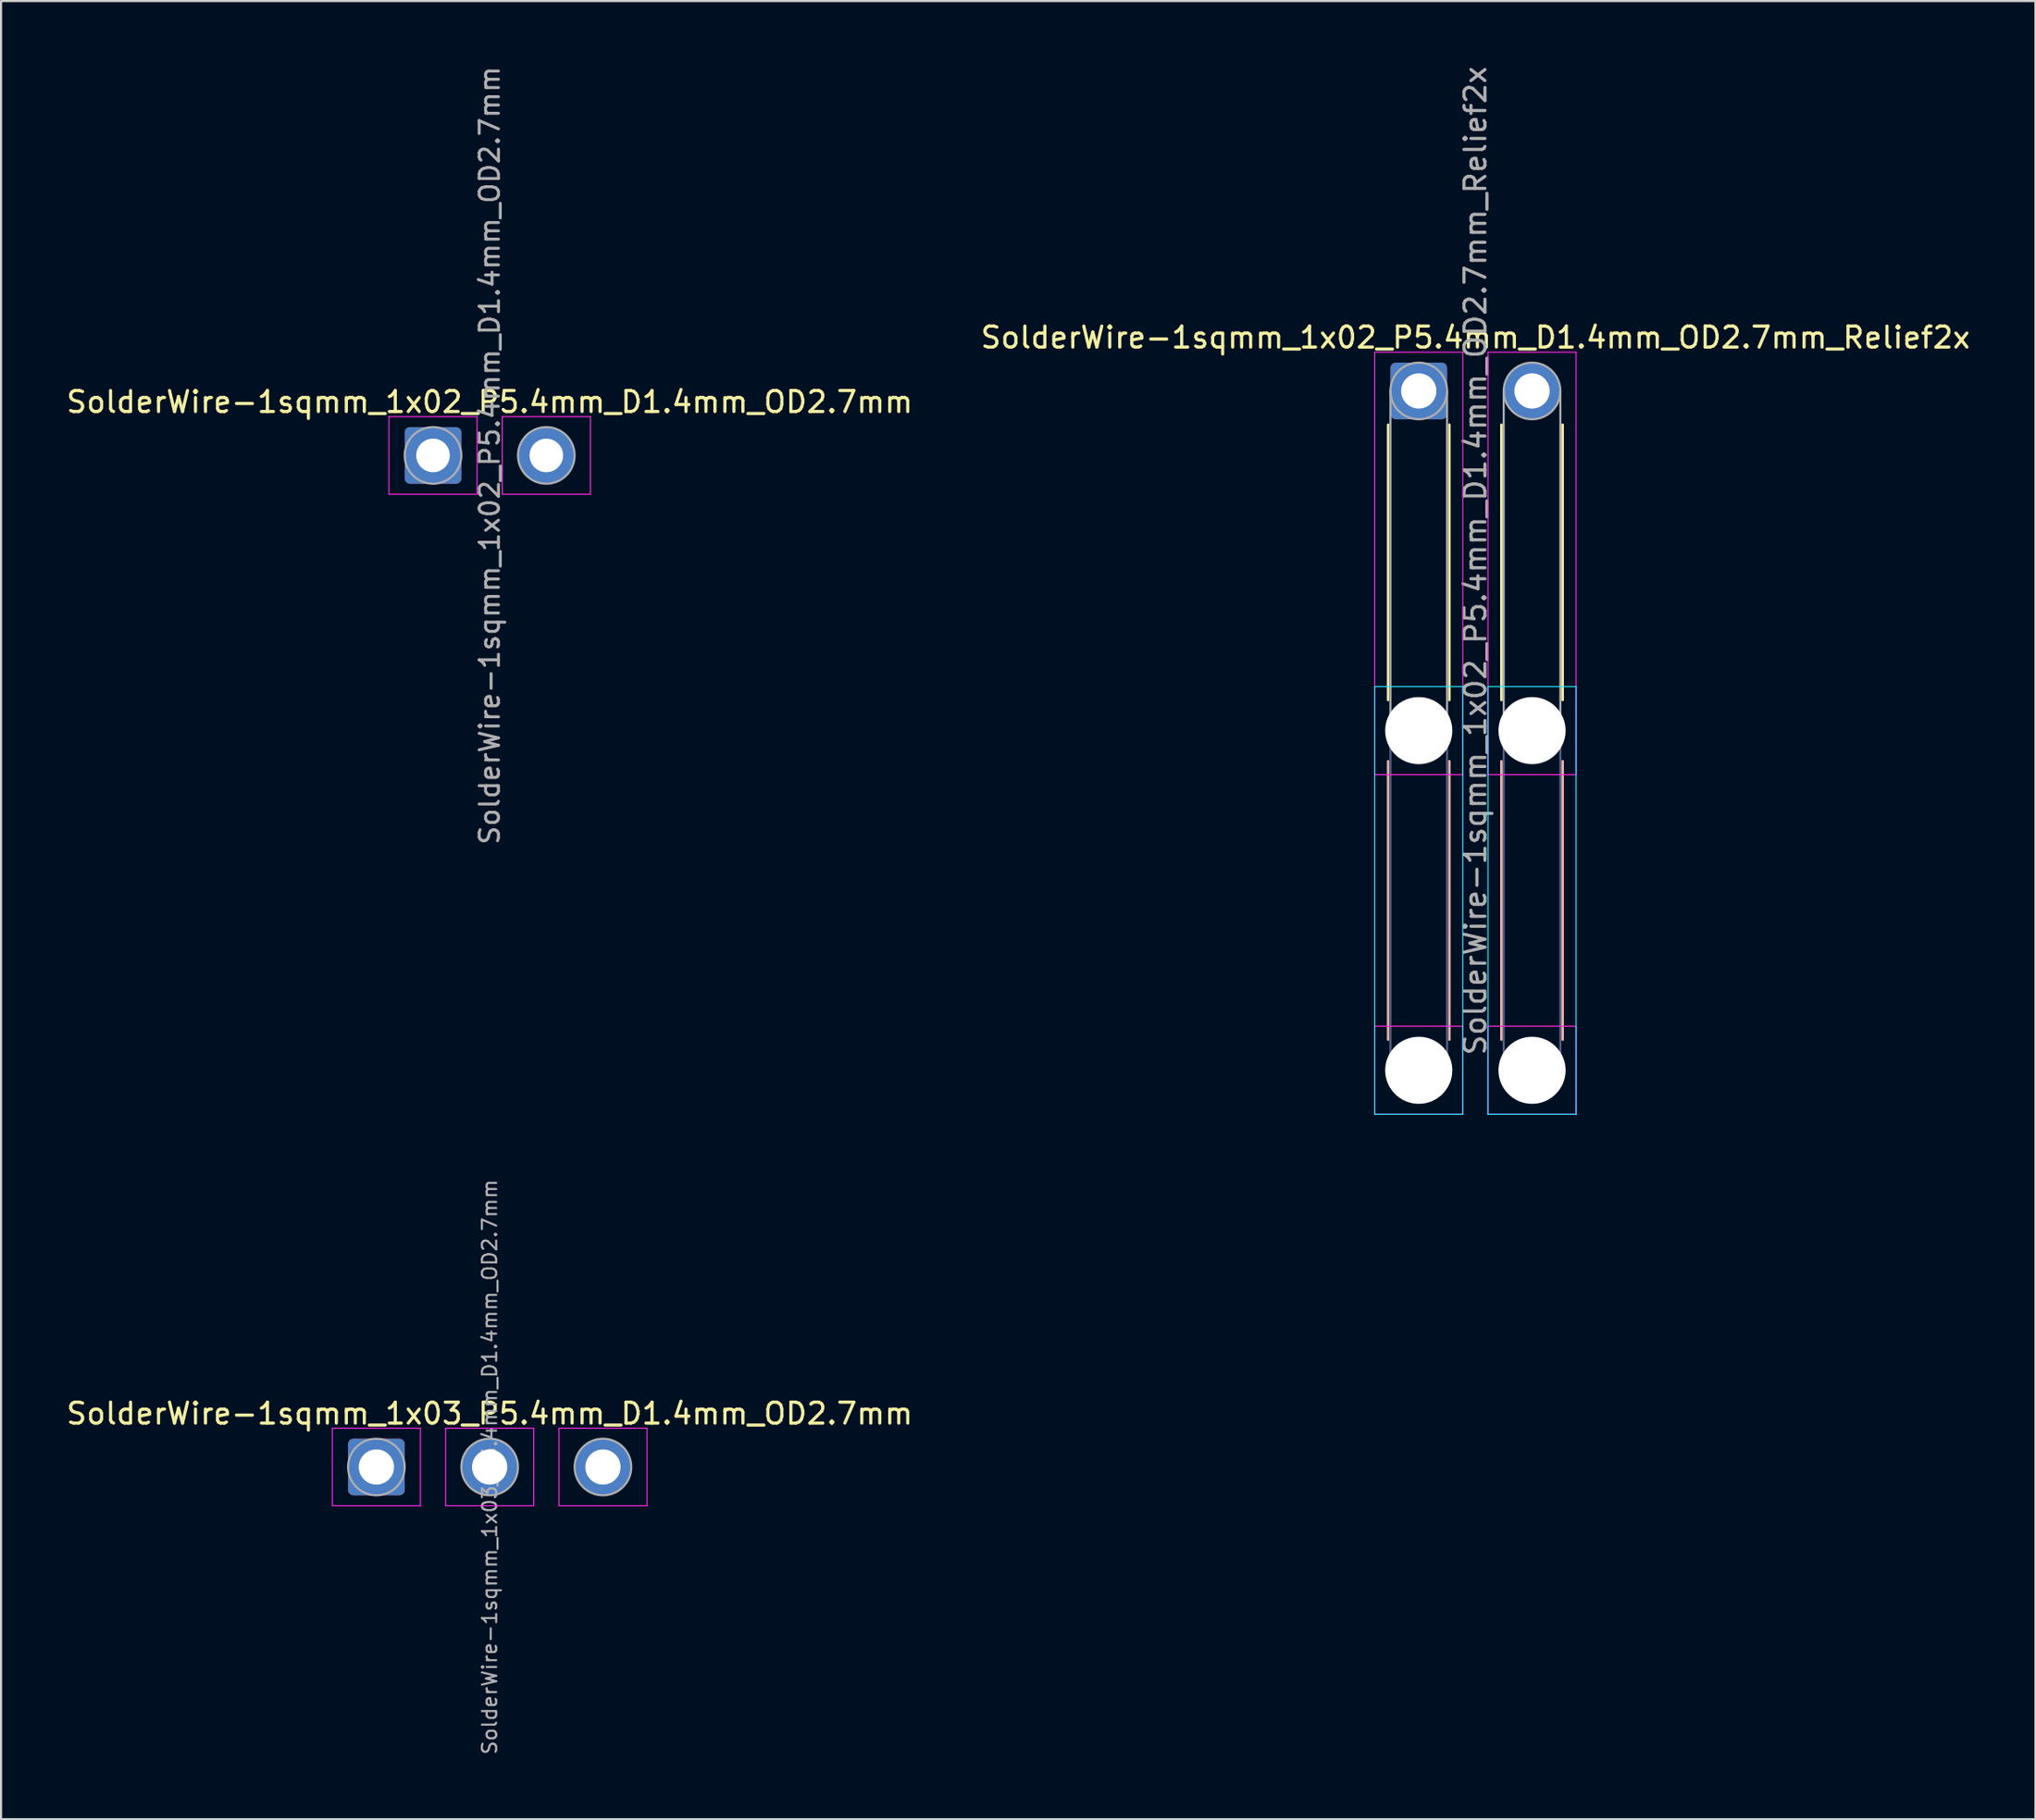
<source format=kicad_pcb>
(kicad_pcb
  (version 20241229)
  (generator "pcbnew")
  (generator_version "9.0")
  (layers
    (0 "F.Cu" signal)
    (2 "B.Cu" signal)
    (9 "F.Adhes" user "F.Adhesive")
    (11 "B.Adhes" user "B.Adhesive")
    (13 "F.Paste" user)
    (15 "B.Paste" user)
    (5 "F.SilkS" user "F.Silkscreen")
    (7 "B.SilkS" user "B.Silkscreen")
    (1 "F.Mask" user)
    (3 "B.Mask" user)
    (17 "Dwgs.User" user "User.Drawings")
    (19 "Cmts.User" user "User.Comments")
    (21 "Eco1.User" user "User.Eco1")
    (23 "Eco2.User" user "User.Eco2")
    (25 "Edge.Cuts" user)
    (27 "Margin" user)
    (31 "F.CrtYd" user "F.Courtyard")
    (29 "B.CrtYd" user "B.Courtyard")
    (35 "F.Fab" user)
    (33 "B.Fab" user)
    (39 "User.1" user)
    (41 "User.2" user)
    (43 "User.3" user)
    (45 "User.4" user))
  (footprint "SolderWire-1sqmm_1x02_P5.4mm_D1.4mm_OD2.7mm"
    (layer "F.Cu")
    (at 17.592 18.671)
    (property "Reference" "SolderWire-1sqmm_1x02_P5.4mm_D1.4mm_OD2.7mm" (at 2.7 -2.55 0) (layer "F.SilkS") (effects (font (size 1 1) (thickness 0.15))))
    (attr exclude_from_pos_files exclude_from_bom)
    (fp_line (start -2.1 -1.85) (end -2.1 1.85) (stroke (width 0.05) (type solid)) (layer "F.CrtYd"))
    (fp_line (start -2.1 1.85) (end 2.1 1.85) (stroke (width 0.05) (type solid)) (layer "F.CrtYd"))
    (fp_line (start 2.1 -1.85) (end -2.1 -1.85) (stroke (width 0.05) (type solid)) (layer "F.CrtYd"))
    (fp_line (start 2.1 1.85) (end 2.1 -1.85) (stroke (width 0.05) (type solid)) (layer "F.CrtYd"))
    (fp_line (start 3.3 -1.85) (end 3.3 1.85) (stroke (width 0.05) (type solid)) (layer "F.CrtYd"))
    (fp_line (start 3.3 1.85) (end 7.5 1.85) (stroke (width 0.05) (type solid)) (layer "F.CrtYd"))
    (fp_line (start 7.5 -1.85) (end 3.3 -1.85) (stroke (width 0.05) (type solid)) (layer "F.CrtYd"))
    (fp_line (start 7.5 1.85) (end 7.5 -1.85) (stroke (width 0.05) (type solid)) (layer "F.CrtYd"))
    (fp_circle (center 0 0) (end 1.35 0) (stroke (width 0.1) (type solid)) (fill no) (layer "F.Fab"))
    (fp_circle (center 5.4 0) (end 6.75 0) (stroke (width 0.1) (type solid)) (fill no) (layer "F.Fab"))
    (fp_text user "${REFERENCE}" (at 2.7 0 90) (layer "F.Fab") (effects (font (size 0.92 0.92) (thickness 0.14))))
    (pad "1" thru_hole roundrect (at 0 0) (size 2.7 2.7) (drill 1.6) (layers "*.Cu" "*.Mask") (roundrect_rratio 0.093))
    (pad "2" thru_hole circle (at 5.4 0) (size 2.7 2.7) (drill 1.6) (layers "*.Cu" "*.Mask")))
  (footprint "SolderWire-1sqmm_1x02_P5.4mm_D1.4mm_OD2.7mm_Relief2x"
    (layer "F.Cu")
    (at 64.58 15.596)
    (property "Reference" "SolderWire-1sqmm_1x02_P5.4mm_D1.4mm_OD2.7mm_Relief2x" (at 2.7 -2.55 0) (layer "F.SilkS") (effects (font (size 1 1) (thickness 0.15))))
    (attr exclude_from_pos_files exclude_from_bom)
    (fp_line (start -1.46 1.61) (end -1.46 14.74) (stroke (width 0.12) (type solid)) (layer "F.SilkS"))
    (fp_line (start 1.46 1.61) (end 1.46 14.74) (stroke (width 0.12) (type solid)) (layer "F.SilkS"))
    (fp_line (start 3.94 1.61) (end 3.94 14.74) (stroke (width 0.12) (type solid)) (layer "F.SilkS"))
    (fp_line (start 6.86 1.61) (end 6.86 14.74) (stroke (width 0.12) (type solid)) (layer "F.SilkS"))
    (fp_line (start -1.46 17.66) (end -1.46 30.94) (stroke (width 0.12) (type solid)) (layer "B.SilkS"))
    (fp_line (start 1.46 17.66) (end 1.46 30.94) (stroke (width 0.12) (type solid)) (layer "B.SilkS"))
    (fp_line (start 3.94 17.66) (end 3.94 30.94) (stroke (width 0.12) (type solid)) (layer "B.SilkS"))
    (fp_line (start 6.86 17.66) (end 6.86 30.94) (stroke (width 0.12) (type solid)) (layer "B.SilkS"))
    (fp_line (start -2.1 14.1) (end -2.1 34.5) (stroke (width 0.05) (type solid)) (layer "B.CrtYd"))
    (fp_line (start -2.1 34.5) (end 2.1 34.5) (stroke (width 0.05) (type solid)) (layer "B.CrtYd"))
    (fp_line (start 2.1 14.1) (end -2.1 14.1) (stroke (width 0.05) (type solid)) (layer "B.CrtYd"))
    (fp_line (start 2.1 34.5) (end 2.1 14.1) (stroke (width 0.05) (type solid)) (layer "B.CrtYd"))
    (fp_line (start 3.3 14.1) (end 3.3 34.5) (stroke (width 0.05) (type solid)) (layer "B.CrtYd"))
    (fp_line (start 3.3 34.5) (end 7.5 34.5) (stroke (width 0.05) (type solid)) (layer "B.CrtYd"))
    (fp_line (start 7.5 14.1) (end 3.3 14.1) (stroke (width 0.05) (type solid)) (layer "B.CrtYd"))
    (fp_line (start 7.5 34.5) (end 7.5 14.1) (stroke (width 0.05) (type solid)) (layer "B.CrtYd"))
    (fp_line (start -2.1 -1.85) (end -2.1 18.3) (stroke (width 0.05) (type solid)) (layer "F.CrtYd"))
    (fp_line (start -2.1 18.3) (end 2.1 18.3) (stroke (width 0.05) (type solid)) (layer "F.CrtYd"))
    (fp_line (start -2.1 30.3) (end -2.1 34.5) (stroke (width 0.05) (type solid)) (layer "F.CrtYd"))
    (fp_line (start -2.1 34.5) (end 2.1 34.5) (stroke (width 0.05) (type solid)) (layer "F.CrtYd"))
    (fp_line (start 2.1 -1.85) (end -2.1 -1.85) (stroke (width 0.05) (type solid)) (layer "F.CrtYd"))
    (fp_line (start 2.1 18.3) (end 2.1 -1.85) (stroke (width 0.05) (type solid)) (layer "F.CrtYd"))
    (fp_line (start 2.1 30.3) (end -2.1 30.3) (stroke (width 0.05) (type solid)) (layer "F.CrtYd"))
    (fp_line (start 2.1 34.5) (end 2.1 30.3) (stroke (width 0.05) (type solid)) (layer "F.CrtYd"))
    (fp_line (start 3.3 -1.85) (end 3.3 18.3) (stroke (width 0.05) (type solid)) (layer "F.CrtYd"))
    (fp_line (start 3.3 18.3) (end 7.5 18.3) (stroke (width 0.05) (type solid)) (layer "F.CrtYd"))
    (fp_line (start 3.3 30.3) (end 3.3 34.5) (stroke (width 0.05) (type solid)) (layer "F.CrtYd"))
    (fp_line (start 3.3 34.5) (end 7.5 34.5) (stroke (width 0.05) (type solid)) (layer "F.CrtYd"))
    (fp_line (start 7.5 -1.85) (end 3.3 -1.85) (stroke (width 0.05) (type solid)) (layer "F.CrtYd"))
    (fp_line (start 7.5 18.3) (end 7.5 -1.85) (stroke (width 0.05) (type solid)) (layer "F.CrtYd"))
    (fp_line (start 7.5 30.3) (end 3.3 30.3) (stroke (width 0.05) (type solid)) (layer "F.CrtYd"))
    (fp_line (start 7.5 34.5) (end 7.5 30.3) (stroke (width 0.05) (type solid)) (layer "F.CrtYd"))
    (fp_line (start -1.35 16.2) (end -1.35 32.4) (stroke (width 0.1) (type solid)) (layer "B.Fab"))
    (fp_line (start 1.35 16.2) (end 1.35 32.4) (stroke (width 0.1) (type solid)) (layer "B.Fab"))
    (fp_line (start 4.05 16.2) (end 4.05 32.4) (stroke (width 0.1) (type solid)) (layer "B.Fab"))
    (fp_line (start 6.75 16.2) (end 6.75 32.4) (stroke (width 0.1) (type solid)) (layer "B.Fab"))
    (fp_circle (center 0 16.2) (end 1.35 16.2) (stroke (width 0.1) (type solid)) (fill no) (layer "B.Fab"))
    (fp_circle (center 0 32.4) (end 1.35 32.4) (stroke (width 0.1) (type solid)) (fill no) (layer "B.Fab"))
    (fp_circle (center 5.4 16.2) (end 6.75 16.2) (stroke (width 0.1) (type solid)) (fill no) (layer "B.Fab"))
    (fp_circle (center 5.4 32.4) (end 6.75 32.4) (stroke (width 0.1) (type solid)) (fill no) (layer "B.Fab"))
    (fp_line (start -1.35 0) (end -1.35 16.2) (stroke (width 0.1) (type solid)) (layer "F.Fab"))
    (fp_line (start 1.35 0) (end 1.35 16.2) (stroke (width 0.1) (type solid)) (layer "F.Fab"))
    (fp_line (start 4.05 0) (end 4.05 16.2) (stroke (width 0.1) (type solid)) (layer "F.Fab"))
    (fp_line (start 6.75 0) (end 6.75 16.2) (stroke (width 0.1) (type solid)) (layer "F.Fab"))
    (fp_circle (center 0 0) (end 1.35 0) (stroke (width 0.1) (type solid)) (fill no) (layer "F.Fab"))
    (fp_circle (center 0 16.2) (end 1.35 16.2) (stroke (width 0.1) (type solid)) (fill no) (layer "F.Fab"))
    (fp_circle (center 0 32.4) (end 1.35 32.4) (stroke (width 0.1) (type solid)) (fill no) (layer "F.Fab"))
    (fp_circle (center 5.4 0) (end 6.75 0) (stroke (width 0.1) (type solid)) (fill no) (layer "F.Fab"))
    (fp_circle (center 5.4 16.2) (end 6.75 16.2) (stroke (width 0.1) (type solid)) (fill no) (layer "F.Fab"))
    (fp_circle (center 5.4 32.4) (end 6.75 32.4) (stroke (width 0.1) (type solid)) (fill no) (layer "F.Fab"))
    (fp_text user "${REFERENCE}" (at 2.7 8.1 90) (layer "F.Fab") (effects (font (size 1 1) (thickness 0.15))))
    (pad "" np_thru_hole circle (at 0 16.2) (size 3.2 3.2) (drill 3.2) (layers "*.Cu" "*.Mask"))
    (pad "" np_thru_hole circle (at 0 32.4) (size 3.2 3.2) (drill 3.2) (layers "*.Cu" "*.Mask"))
    (pad "" np_thru_hole circle (at 5.4 16.2) (size 3.2 3.2) (drill 3.2) (layers "*.Cu" "*.Mask"))
    (pad "" np_thru_hole circle (at 5.4 32.4) (size 3.2 3.2) (drill 3.2) (layers "*.Cu" "*.Mask"))
    (pad "1" thru_hole roundrect (at 0 0) (size 2.7 2.7) (drill 1.68) (layers "*.Cu" "*.Mask") (roundrect_rratio 0.093))
    (pad "2" thru_hole circle (at 5.4 0) (size 2.7 2.7) (drill 1.68) (layers "*.Cu" "*.Mask")))
  (footprint "SolderWire-1sqmm_1x03_P5.4mm_D1.4mm_OD2.7mm"
    (layer "F.Cu")
    (at 14.892 66.917)
    (property "Reference" "SolderWire-1sqmm_1x03_P5.4mm_D1.4mm_OD2.7mm" (at 5.4 -2.55 0) (layer "F.SilkS") (effects (font (size 1 1) (thickness 0.15))))
    (attr exclude_from_pos_files exclude_from_bom)
    (fp_line (start -2.1 -1.85) (end -2.1 1.85) (stroke (width 0.05) (type solid)) (layer "F.CrtYd"))
    (fp_line (start -2.1 1.85) (end 2.1 1.85) (stroke (width 0.05) (type solid)) (layer "F.CrtYd"))
    (fp_line (start 2.1 -1.85) (end -2.1 -1.85) (stroke (width 0.05) (type solid)) (layer "F.CrtYd"))
    (fp_line (start 2.1 1.85) (end 2.1 -1.85) (stroke (width 0.05) (type solid)) (layer "F.CrtYd"))
    (fp_line (start 3.3 -1.85) (end 3.3 1.85) (stroke (width 0.05) (type solid)) (layer "F.CrtYd"))
    (fp_line (start 3.3 1.85) (end 7.5 1.85) (stroke (width 0.05) (type solid)) (layer "F.CrtYd"))
    (fp_line (start 7.5 -1.85) (end 3.3 -1.85) (stroke (width 0.05) (type solid)) (layer "F.CrtYd"))
    (fp_line (start 7.5 1.85) (end 7.5 -1.85) (stroke (width 0.05) (type solid)) (layer "F.CrtYd"))
    (fp_line (start 8.7 -1.85) (end 8.7 1.85) (stroke (width 0.05) (type solid)) (layer "F.CrtYd"))
    (fp_line (start 8.7 1.85) (end 12.9 1.85) (stroke (width 0.05) (type solid)) (layer "F.CrtYd"))
    (fp_line (start 12.9 -1.85) (end 8.7 -1.85) (stroke (width 0.05) (type solid)) (layer "F.CrtYd"))
    (fp_line (start 12.9 1.85) (end 12.9 -1.85) (stroke (width 0.05) (type solid)) (layer "F.CrtYd"))
    (fp_circle (center 0 0) (end 1.35 0) (stroke (width 0.1) (type solid)) (fill no) (layer "F.Fab"))
    (fp_circle (center 5.4 0) (end 6.75 0) (stroke (width 0.1) (type solid)) (fill no) (layer "F.Fab"))
    (fp_circle (center 10.8 0) (end 12.15 0) (stroke (width 0.1) (type solid)) (fill no) (layer "F.Fab"))
    (fp_text user "${REFERENCE}" (at 5.4 0 90) (layer "F.Fab") (effects (font (size 0.68 0.68) (thickness 0.1))))
    (pad "1" thru_hole roundrect (at 0 0) (size 2.7 2.7) (drill 1.68) (layers "*.Cu" "*.Mask") (roundrect_rratio 0.093))
    (pad "2" thru_hole circle (at 5.4 0) (size 2.7 2.7) (drill 1.68) (layers "*.Cu" "*.Mask"))
    (pad "3" thru_hole circle (at 10.8 0) (size 2.7 2.7) (drill 1.68) (layers "*.Cu" "*.Mask")))
  (gr_rect
    (start -3 -3)
    (end 93.976 83.712)
    (stroke (width 0.1) (type default))
    (fill no)
    (layer "Edge.Cuts")))
</source>
